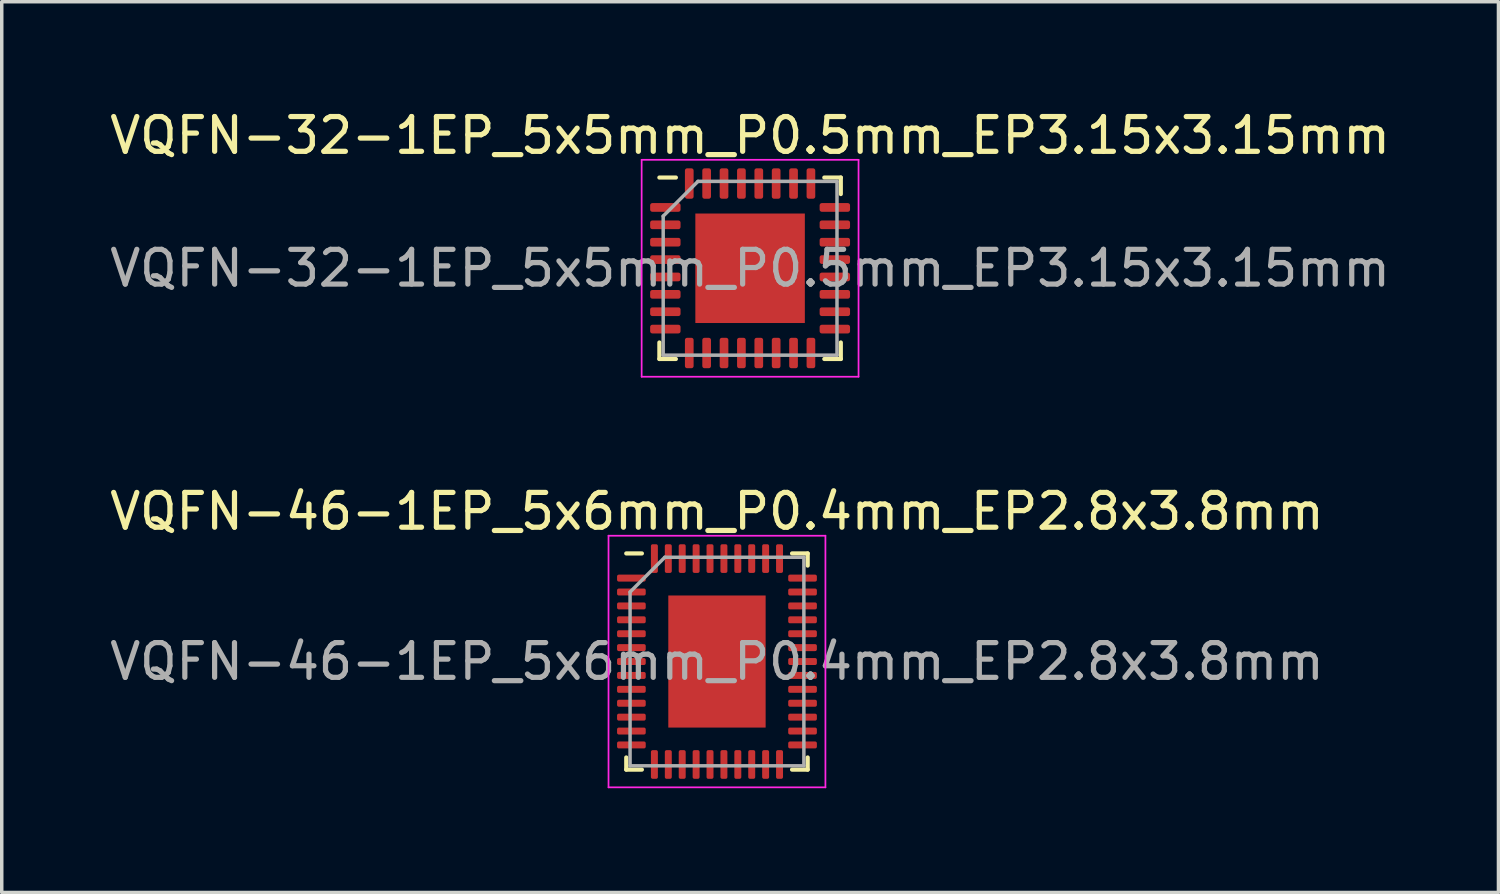
<source format=kicad_pcb>
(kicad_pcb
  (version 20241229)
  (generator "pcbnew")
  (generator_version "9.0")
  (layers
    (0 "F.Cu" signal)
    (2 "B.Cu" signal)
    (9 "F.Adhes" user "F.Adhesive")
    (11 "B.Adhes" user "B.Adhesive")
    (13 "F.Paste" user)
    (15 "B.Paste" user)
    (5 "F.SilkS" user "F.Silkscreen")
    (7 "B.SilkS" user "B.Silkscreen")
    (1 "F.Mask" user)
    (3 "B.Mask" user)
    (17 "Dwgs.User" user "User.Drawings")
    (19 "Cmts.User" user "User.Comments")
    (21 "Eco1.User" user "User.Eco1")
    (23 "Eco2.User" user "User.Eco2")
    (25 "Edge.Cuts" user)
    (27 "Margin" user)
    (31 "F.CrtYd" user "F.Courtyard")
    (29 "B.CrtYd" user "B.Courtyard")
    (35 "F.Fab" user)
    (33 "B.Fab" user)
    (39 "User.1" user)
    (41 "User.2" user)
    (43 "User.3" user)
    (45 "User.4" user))
  (footprint "VQFN-46-1EP_5x6mm_P0.4mm_EP2.8x3.8mm"
    (layer "F.Cu")
    (at 17.577 15.982)
    (property "Reference" "VQFN-46-1EP_5x6mm_P0.4mm_EP2.8x3.8mm" (at 0 -4.32 0) (layer "F.SilkS") (effects (font (size 1 1) (thickness 0.15))))
    (attr smd)
    (fp_line (start -2.61 3.11) (end -2.61 2.76) (stroke (width 0.12) (type solid)) (layer "F.SilkS"))
    (fp_line (start -2.16 -3.11) (end -2.61 -3.11) (stroke (width 0.12) (type solid)) (layer "F.SilkS"))
    (fp_line (start -2.16 3.11) (end -2.61 3.11) (stroke (width 0.12) (type solid)) (layer "F.SilkS"))
    (fp_line (start 2.16 -3.11) (end 2.61 -3.11) (stroke (width 0.12) (type solid)) (layer "F.SilkS"))
    (fp_line (start 2.16 3.11) (end 2.61 3.11) (stroke (width 0.12) (type solid)) (layer "F.SilkS"))
    (fp_line (start 2.61 -3.11) (end 2.61 -2.76) (stroke (width 0.12) (type solid)) (layer "F.SilkS"))
    (fp_line (start 2.61 3.11) (end 2.61 2.76) (stroke (width 0.12) (type solid)) (layer "F.SilkS"))
    (fp_line (start -3.12 -3.62) (end -3.12 3.62) (stroke (width 0.05) (type solid)) (layer "F.CrtYd"))
    (fp_line (start -3.12 3.62) (end 3.12 3.62) (stroke (width 0.05) (type solid)) (layer "F.CrtYd"))
    (fp_line (start 3.12 -3.62) (end -3.12 -3.62) (stroke (width 0.05) (type solid)) (layer "F.CrtYd"))
    (fp_line (start 3.12 3.62) (end 3.12 -3.62) (stroke (width 0.05) (type solid)) (layer "F.CrtYd"))
    (fp_line (start -2.5 -2) (end -1.5 -3) (stroke (width 0.1) (type solid)) (layer "F.Fab"))
    (fp_line (start -2.5 3) (end -2.5 -2) (stroke (width 0.1) (type solid)) (layer "F.Fab"))
    (fp_line (start -1.5 -3) (end 2.5 -3) (stroke (width 0.1) (type solid)) (layer "F.Fab"))
    (fp_line (start 2.5 -3) (end 2.5 3) (stroke (width 0.1) (type solid)) (layer "F.Fab"))
    (fp_line (start 2.5 3) (end -2.5 3) (stroke (width 0.1) (type solid)) (layer "F.Fab"))
    (fp_text user "${REFERENCE}" (at 0 0 0) (layer "F.Fab") (effects (font (size 1 1) (thickness 0.15))))
    (pad "" smd roundrect (at -0.7 -1.27) (size 1.13 1.02) (layers "F.Paste") (roundrect_rratio 0.245))
    (pad "" smd roundrect (at -0.7 0) (size 1.13 1.02) (layers "F.Paste") (roundrect_rratio 0.245))
    (pad "" smd roundrect (at -0.7 1.27) (size 1.13 1.02) (layers "F.Paste") (roundrect_rratio 0.245))
    (pad "" smd roundrect (at 0.7 -1.27) (size 1.13 1.02) (layers "F.Paste") (roundrect_rratio 0.245))
    (pad "" smd roundrect (at 0.7 0) (size 1.13 1.02) (layers "F.Paste") (roundrect_rratio 0.245))
    (pad "" smd roundrect (at 0.7 1.27) (size 1.13 1.02) (layers "F.Paste") (roundrect_rratio 0.245))
    (pad "1" smd roundrect (at -2.462 -2.4) (size 0.825 0.2) (layers "F.Cu" "F.Mask" "F.Paste") (roundrect_rratio 0.25))
    (pad "2" smd roundrect (at -2.462 -2) (size 0.825 0.2) (layers "F.Cu" "F.Mask" "F.Paste") (roundrect_rratio 0.25))
    (pad "3" smd roundrect (at -2.462 -1.6) (size 0.825 0.2) (layers "F.Cu" "F.Mask" "F.Paste") (roundrect_rratio 0.25))
    (pad "4" smd roundrect (at -2.462 -1.2) (size 0.825 0.2) (layers "F.Cu" "F.Mask" "F.Paste") (roundrect_rratio 0.25))
    (pad "5" smd roundrect (at -2.462 -0.8) (size 0.825 0.2) (layers "F.Cu" "F.Mask" "F.Paste") (roundrect_rratio 0.25))
    (pad "6" smd roundrect (at -2.462 -0.4) (size 0.825 0.2) (layers "F.Cu" "F.Mask" "F.Paste") (roundrect_rratio 0.25))
    (pad "7" smd roundrect (at -2.462 0) (size 0.825 0.2) (layers "F.Cu" "F.Mask" "F.Paste") (roundrect_rratio 0.25))
    (pad "8" smd roundrect (at -2.462 0.4) (size 0.825 0.2) (layers "F.Cu" "F.Mask" "F.Paste") (roundrect_rratio 0.25))
    (pad "9" smd roundrect (at -2.462 0.8) (size 0.825 0.2) (layers "F.Cu" "F.Mask" "F.Paste") (roundrect_rratio 0.25))
    (pad "10" smd roundrect (at -2.462 1.2) (size 0.825 0.2) (layers "F.Cu" "F.Mask" "F.Paste") (roundrect_rratio 0.25))
    (pad "11" smd roundrect (at -2.462 1.6) (size 0.825 0.2) (layers "F.Cu" "F.Mask" "F.Paste") (roundrect_rratio 0.25))
    (pad "12" smd roundrect (at -2.462 2) (size 0.825 0.2) (layers "F.Cu" "F.Mask" "F.Paste") (roundrect_rratio 0.25))
    (pad "13" smd roundrect (at -2.462 2.4) (size 0.825 0.2) (layers "F.Cu" "F.Mask" "F.Paste") (roundrect_rratio 0.25))
    (pad "14" smd roundrect (at -1.8 2.962) (size 0.2 0.825) (layers "F.Cu" "F.Mask" "F.Paste") (roundrect_rratio 0.25))
    (pad "15" smd roundrect (at -1.4 2.962) (size 0.2 0.825) (layers "F.Cu" "F.Mask" "F.Paste") (roundrect_rratio 0.25))
    (pad "16" smd roundrect (at -1 2.962) (size 0.2 0.825) (layers "F.Cu" "F.Mask" "F.Paste") (roundrect_rratio 0.25))
    (pad "17" smd roundrect (at -0.6 2.962) (size 0.2 0.825) (layers "F.Cu" "F.Mask" "F.Paste") (roundrect_rratio 0.25))
    (pad "18" smd roundrect (at -0.2 2.962) (size 0.2 0.825) (layers "F.Cu" "F.Mask" "F.Paste") (roundrect_rratio 0.25))
    (pad "19" smd roundrect (at 0.2 2.962) (size 0.2 0.825) (layers "F.Cu" "F.Mask" "F.Paste") (roundrect_rratio 0.25))
    (pad "20" smd roundrect (at 0.6 2.962) (size 0.2 0.825) (layers "F.Cu" "F.Mask" "F.Paste") (roundrect_rratio 0.25))
    (pad "21" smd roundrect (at 1 2.962) (size 0.2 0.825) (layers "F.Cu" "F.Mask" "F.Paste") (roundrect_rratio 0.25))
    (pad "22" smd roundrect (at 1.4 2.962) (size 0.2 0.825) (layers "F.Cu" "F.Mask" "F.Paste") (roundrect_rratio 0.25))
    (pad "23" smd roundrect (at 1.8 2.962) (size 0.2 0.825) (layers "F.Cu" "F.Mask" "F.Paste") (roundrect_rratio 0.25))
    (pad "24" smd roundrect (at 2.462 2.4) (size 0.825 0.2) (layers "F.Cu" "F.Mask" "F.Paste") (roundrect_rratio 0.25))
    (pad "25" smd roundrect (at 2.462 2) (size 0.825 0.2) (layers "F.Cu" "F.Mask" "F.Paste") (roundrect_rratio 0.25))
    (pad "26" smd roundrect (at 2.462 1.6) (size 0.825 0.2) (layers "F.Cu" "F.Mask" "F.Paste") (roundrect_rratio 0.25))
    (pad "27" smd roundrect (at 2.462 1.2) (size 0.825 0.2) (layers "F.Cu" "F.Mask" "F.Paste") (roundrect_rratio 0.25))
    (pad "28" smd roundrect (at 2.462 0.8) (size 0.825 0.2) (layers "F.Cu" "F.Mask" "F.Paste") (roundrect_rratio 0.25))
    (pad "29" smd roundrect (at 2.462 0.4) (size 0.825 0.2) (layers "F.Cu" "F.Mask" "F.Paste") (roundrect_rratio 0.25))
    (pad "30" smd roundrect (at 2.462 0) (size 0.825 0.2) (layers "F.Cu" "F.Mask" "F.Paste") (roundrect_rratio 0.25))
    (pad "31" smd roundrect (at 2.462 -0.4) (size 0.825 0.2) (layers "F.Cu" "F.Mask" "F.Paste") (roundrect_rratio 0.25))
    (pad "32" smd roundrect (at 2.462 -0.8) (size 0.825 0.2) (layers "F.Cu" "F.Mask" "F.Paste") (roundrect_rratio 0.25))
    (pad "33" smd roundrect (at 2.462 -1.2) (size 0.825 0.2) (layers "F.Cu" "F.Mask" "F.Paste") (roundrect_rratio 0.25))
    (pad "34" smd roundrect (at 2.462 -1.6) (size 0.825 0.2) (layers "F.Cu" "F.Mask" "F.Paste") (roundrect_rratio 0.25))
    (pad "35" smd roundrect (at 2.462 -2) (size 0.825 0.2) (layers "F.Cu" "F.Mask" "F.Paste") (roundrect_rratio 0.25))
    (pad "36" smd roundrect (at 2.462 -2.4) (size 0.825 0.2) (layers "F.Cu" "F.Mask" "F.Paste") (roundrect_rratio 0.25))
    (pad "37" smd roundrect (at 1.8 -2.962) (size 0.2 0.825) (layers "F.Cu" "F.Mask" "F.Paste") (roundrect_rratio 0.25))
    (pad "38" smd roundrect (at 1.4 -2.962) (size 0.2 0.825) (layers "F.Cu" "F.Mask" "F.Paste") (roundrect_rratio 0.25))
    (pad "39" smd roundrect (at 1 -2.962) (size 0.2 0.825) (layers "F.Cu" "F.Mask" "F.Paste") (roundrect_rratio 0.25))
    (pad "40" smd roundrect (at 0.6 -2.962) (size 0.2 0.825) (layers "F.Cu" "F.Mask" "F.Paste") (roundrect_rratio 0.25))
    (pad "41" smd roundrect (at 0.2 -2.962) (size 0.2 0.825) (layers "F.Cu" "F.Mask" "F.Paste") (roundrect_rratio 0.25))
    (pad "42" smd roundrect (at -0.2 -2.962) (size 0.2 0.825) (layers "F.Cu" "F.Mask" "F.Paste") (roundrect_rratio 0.25))
    (pad "43" smd roundrect (at -0.6 -2.962) (size 0.2 0.825) (layers "F.Cu" "F.Mask" "F.Paste") (roundrect_rratio 0.25))
    (pad "44" smd roundrect (at -1 -2.962) (size 0.2 0.825) (layers "F.Cu" "F.Mask" "F.Paste") (roundrect_rratio 0.25))
    (pad "45" smd roundrect (at -1.4 -2.962) (size 0.2 0.825) (layers "F.Cu" "F.Mask" "F.Paste") (roundrect_rratio 0.25))
    (pad "46" smd roundrect (at -1.8 -2.962) (size 0.2 0.825) (layers "F.Cu" "F.Mask" "F.Paste") (roundrect_rratio 0.25))
    (pad "47" smd rect (at 0 0) (size 2.8 3.8) (layers "F.Cu" "F.Mask")))
  (footprint "VQFN-32-1EP_5x5mm_P0.5mm_EP3.15x3.15mm"
    (layer "F.Cu")
    (at 18.53 4.668)
    (property "Reference" "VQFN-32-1EP_5x5mm_P0.5mm_EP3.15x3.15mm" (at 0 -3.82 0) (layer "F.SilkS") (effects (font (size 1 1) (thickness 0.15))))
    (attr smd)
    (fp_line (start -2.61 2.61) (end -2.61 2.135) (stroke (width 0.12) (type solid)) (layer "F.SilkS"))
    (fp_line (start -2.135 -2.61) (end -2.61 -2.61) (stroke (width 0.12) (type solid)) (layer "F.SilkS"))
    (fp_line (start -2.135 2.61) (end -2.61 2.61) (stroke (width 0.12) (type solid)) (layer "F.SilkS"))
    (fp_line (start 2.135 -2.61) (end 2.61 -2.61) (stroke (width 0.12) (type solid)) (layer "F.SilkS"))
    (fp_line (start 2.135 2.61) (end 2.61 2.61) (stroke (width 0.12) (type solid)) (layer "F.SilkS"))
    (fp_line (start 2.61 -2.61) (end 2.61 -2.135) (stroke (width 0.12) (type solid)) (layer "F.SilkS"))
    (fp_line (start 2.61 2.61) (end 2.61 2.135) (stroke (width 0.12) (type solid)) (layer "F.SilkS"))
    (fp_line (start -3.12 -3.12) (end -3.12 3.12) (stroke (width 0.05) (type solid)) (layer "F.CrtYd"))
    (fp_line (start -3.12 3.12) (end 3.12 3.12) (stroke (width 0.05) (type solid)) (layer "F.CrtYd"))
    (fp_line (start 3.12 -3.12) (end -3.12 -3.12) (stroke (width 0.05) (type solid)) (layer "F.CrtYd"))
    (fp_line (start 3.12 3.12) (end 3.12 -3.12) (stroke (width 0.05) (type solid)) (layer "F.CrtYd"))
    (fp_line (start -2.5 -1.5) (end -1.5 -2.5) (stroke (width 0.1) (type solid)) (layer "F.Fab"))
    (fp_line (start -2.5 2.5) (end -2.5 -1.5) (stroke (width 0.1) (type solid)) (layer "F.Fab"))
    (fp_line (start -1.5 -2.5) (end 2.5 -2.5) (stroke (width 0.1) (type solid)) (layer "F.Fab"))
    (fp_line (start 2.5 -2.5) (end 2.5 2.5) (stroke (width 0.1) (type solid)) (layer "F.Fab"))
    (fp_line (start 2.5 2.5) (end -2.5 2.5) (stroke (width 0.1) (type solid)) (layer "F.Fab"))
    (fp_text user "${REFERENCE}" (at 0 0 0) (layer "F.Fab") (effects (font (size 1 1) (thickness 0.15))))
    (pad "" smd roundrect (at -0.79 -0.79) (size 1.27 1.27) (layers "F.Paste") (roundrect_rratio 0.197))
    (pad "" smd roundrect (at -0.79 0.79) (size 1.27 1.27) (layers "F.Paste") (roundrect_rratio 0.197))
    (pad "" smd roundrect (at 0.79 -0.79) (size 1.27 1.27) (layers "F.Paste") (roundrect_rratio 0.197))
    (pad "" smd roundrect (at 0.79 0.79) (size 1.27 1.27) (layers "F.Paste") (roundrect_rratio 0.197))
    (pad "1" smd roundrect (at -2.438 -1.75) (size 0.875 0.25) (layers "F.Cu" "F.Mask" "F.Paste") (roundrect_rratio 0.25))
    (pad "2" smd roundrect (at -2.438 -1.25) (size 0.875 0.25) (layers "F.Cu" "F.Mask" "F.Paste") (roundrect_rratio 0.25))
    (pad "3" smd roundrect (at -2.438 -0.75) (size 0.875 0.25) (layers "F.Cu" "F.Mask" "F.Paste") (roundrect_rratio 0.25))
    (pad "4" smd roundrect (at -2.438 -0.25) (size 0.875 0.25) (layers "F.Cu" "F.Mask" "F.Paste") (roundrect_rratio 0.25))
    (pad "5" smd roundrect (at -2.438 0.25) (size 0.875 0.25) (layers "F.Cu" "F.Mask" "F.Paste") (roundrect_rratio 0.25))
    (pad "6" smd roundrect (at -2.438 0.75) (size 0.875 0.25) (layers "F.Cu" "F.Mask" "F.Paste") (roundrect_rratio 0.25))
    (pad "7" smd roundrect (at -2.438 1.25) (size 0.875 0.25) (layers "F.Cu" "F.Mask" "F.Paste") (roundrect_rratio 0.25))
    (pad "8" smd roundrect (at -2.438 1.75) (size 0.875 0.25) (layers "F.Cu" "F.Mask" "F.Paste") (roundrect_rratio 0.25))
    (pad "9" smd roundrect (at -1.75 2.438) (size 0.25 0.875) (layers "F.Cu" "F.Mask" "F.Paste") (roundrect_rratio 0.25))
    (pad "10" smd roundrect (at -1.25 2.438) (size 0.25 0.875) (layers "F.Cu" "F.Mask" "F.Paste") (roundrect_rratio 0.25))
    (pad "11" smd roundrect (at -0.75 2.438) (size 0.25 0.875) (layers "F.Cu" "F.Mask" "F.Paste") (roundrect_rratio 0.25))
    (pad "12" smd roundrect (at -0.25 2.438) (size 0.25 0.875) (layers "F.Cu" "F.Mask" "F.Paste") (roundrect_rratio 0.25))
    (pad "13" smd roundrect (at 0.25 2.438) (size 0.25 0.875) (layers "F.Cu" "F.Mask" "F.Paste") (roundrect_rratio 0.25))
    (pad "14" smd roundrect (at 0.75 2.438) (size 0.25 0.875) (layers "F.Cu" "F.Mask" "F.Paste") (roundrect_rratio 0.25))
    (pad "15" smd roundrect (at 1.25 2.438) (size 0.25 0.875) (layers "F.Cu" "F.Mask" "F.Paste") (roundrect_rratio 0.25))
    (pad "16" smd roundrect (at 1.75 2.438) (size 0.25 0.875) (layers "F.Cu" "F.Mask" "F.Paste") (roundrect_rratio 0.25))
    (pad "17" smd roundrect (at 2.438 1.75) (size 0.875 0.25) (layers "F.Cu" "F.Mask" "F.Paste") (roundrect_rratio 0.25))
    (pad "18" smd roundrect (at 2.438 1.25) (size 0.875 0.25) (layers "F.Cu" "F.Mask" "F.Paste") (roundrect_rratio 0.25))
    (pad "19" smd roundrect (at 2.438 0.75) (size 0.875 0.25) (layers "F.Cu" "F.Mask" "F.Paste") (roundrect_rratio 0.25))
    (pad "20" smd roundrect (at 2.438 0.25) (size 0.875 0.25) (layers "F.Cu" "F.Mask" "F.Paste") (roundrect_rratio 0.25))
    (pad "21" smd roundrect (at 2.438 -0.25) (size 0.875 0.25) (layers "F.Cu" "F.Mask" "F.Paste") (roundrect_rratio 0.25))
    (pad "22" smd roundrect (at 2.438 -0.75) (size 0.875 0.25) (layers "F.Cu" "F.Mask" "F.Paste") (roundrect_rratio 0.25))
    (pad "23" smd roundrect (at 2.438 -1.25) (size 0.875 0.25) (layers "F.Cu" "F.Mask" "F.Paste") (roundrect_rratio 0.25))
    (pad "24" smd roundrect (at 2.438 -1.75) (size 0.875 0.25) (layers "F.Cu" "F.Mask" "F.Paste") (roundrect_rratio 0.25))
    (pad "25" smd roundrect (at 1.75 -2.438) (size 0.25 0.875) (layers "F.Cu" "F.Mask" "F.Paste") (roundrect_rratio 0.25))
    (pad "26" smd roundrect (at 1.25 -2.438) (size 0.25 0.875) (layers "F.Cu" "F.Mask" "F.Paste") (roundrect_rratio 0.25))
    (pad "27" smd roundrect (at 0.75 -2.438) (size 0.25 0.875) (layers "F.Cu" "F.Mask" "F.Paste") (roundrect_rratio 0.25))
    (pad "28" smd roundrect (at 0.25 -2.438) (size 0.25 0.875) (layers "F.Cu" "F.Mask" "F.Paste") (roundrect_rratio 0.25))
    (pad "29" smd roundrect (at -0.25 -2.438) (size 0.25 0.875) (layers "F.Cu" "F.Mask" "F.Paste") (roundrect_rratio 0.25))
    (pad "30" smd roundrect (at -0.75 -2.438) (size 0.25 0.875) (layers "F.Cu" "F.Mask" "F.Paste") (roundrect_rratio 0.25))
    (pad "31" smd roundrect (at -1.25 -2.438) (size 0.25 0.875) (layers "F.Cu" "F.Mask" "F.Paste") (roundrect_rratio 0.25))
    (pad "32" smd roundrect (at -1.75 -2.438) (size 0.25 0.875) (layers "F.Cu" "F.Mask" "F.Paste") (roundrect_rratio 0.25))
    (pad "33" smd rect (at 0 0) (size 3.15 3.15) (layers "F.Cu" "F.Mask")))
  (gr_rect
    (start -3 -3)
    (end 40.06 22.627)
    (stroke (width 0.1) (type default))
    (fill no)
    (layer "Edge.Cuts")))
</source>
